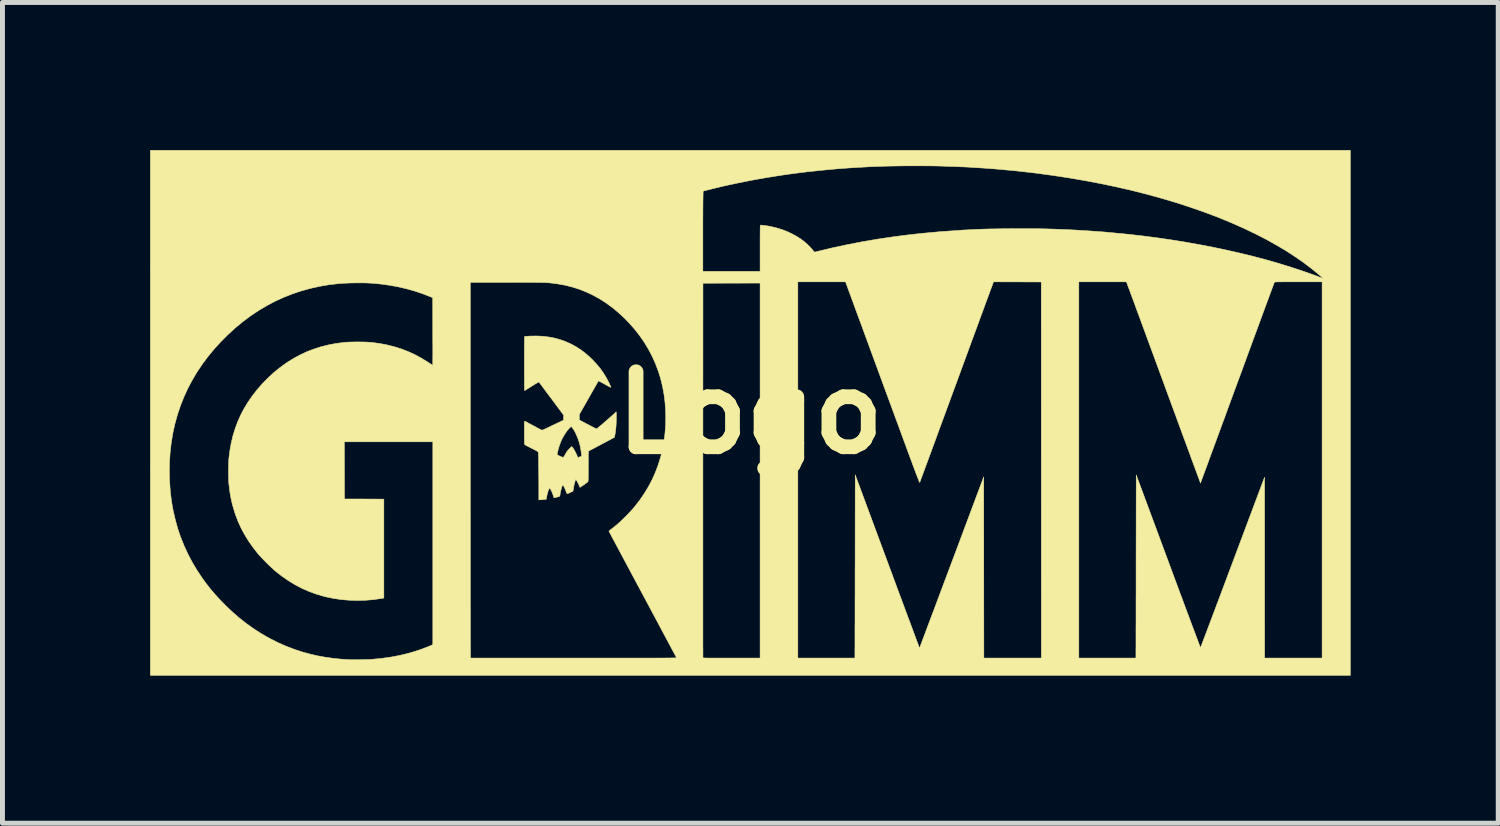
<source format=kicad_pcb>
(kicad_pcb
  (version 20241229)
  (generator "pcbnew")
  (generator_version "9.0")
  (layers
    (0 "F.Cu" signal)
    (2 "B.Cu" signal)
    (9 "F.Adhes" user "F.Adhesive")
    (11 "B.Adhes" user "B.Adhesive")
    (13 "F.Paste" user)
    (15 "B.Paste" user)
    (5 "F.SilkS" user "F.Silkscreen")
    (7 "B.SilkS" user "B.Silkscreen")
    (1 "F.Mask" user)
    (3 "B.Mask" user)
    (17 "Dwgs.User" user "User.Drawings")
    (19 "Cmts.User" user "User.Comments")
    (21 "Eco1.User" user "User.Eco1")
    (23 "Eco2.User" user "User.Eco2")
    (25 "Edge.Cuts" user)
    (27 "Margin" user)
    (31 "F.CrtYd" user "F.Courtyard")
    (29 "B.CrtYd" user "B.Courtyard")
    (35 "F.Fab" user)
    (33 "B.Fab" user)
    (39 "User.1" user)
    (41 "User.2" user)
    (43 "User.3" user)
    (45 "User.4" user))
  (footprint "Logo"
    (layer "F.Cu")
    (at 12.197 5.339)
    (property "Reference" "Logo" (at 0 0 0) (layer "F.SilkS") (effects (font (size 1.524 1.524) (thickness 0.3))))
    (attr through_hole)
    (fp_poly (pts (xy -4.227 -1.557) (xy -4.107 -1.543) (xy -3.99 -1.522) (xy -3.878 -1.492) (xy -3.772 -1.456) (xy -3.757 -1.449) (xy -3.645 -1.399) (xy -3.538 -1.341) (xy -3.436 -1.274) (xy -3.338 -1.199) (xy -3.243 -1.114) (xy -3.21 -1.082) (xy -3.127 -0.993) (xy -3.052 -0.903) (xy -2.986 -0.811) (xy -2.927 -0.715) (xy -2.874 -0.613) (xy -2.866 -0.596) (xy -2.853 -0.567) (xy -2.843 -0.546) (xy -2.838 -0.532) (xy -2.835 -0.523) (xy -2.836 -0.519) (xy -2.838 -0.518) (xy -2.844 -0.521) (xy -2.859 -0.528) (xy -2.881 -0.54) (xy -2.91 -0.555) (xy -2.947 -0.575) (xy -2.989 -0.599) (xy -3.006 -0.608) (xy -3.032 -0.622) (xy -3.054 -0.634) (xy -3.071 -0.643) (xy -3.083 -0.648) (xy -3.086 -0.649) (xy -3.089 -0.644) (xy -3.097 -0.632) (xy -3.108 -0.611) (xy -3.124 -0.584) (xy -3.143 -0.551) (xy -3.165 -0.512) (xy -3.19 -0.469) (xy -3.217 -0.421) (xy -3.246 -0.37) (xy -3.276 -0.317) (xy -3.282 -0.307) (xy -3.475 0.033) (xy -3.475 0.089) (xy -3.475 0.145) (xy -3.305 0.235) (xy -3.266 0.255) (xy -3.23 0.274) (xy -3.198 0.291) (xy -3.17 0.304) (xy -3.148 0.315) (xy -3.133 0.322) (xy -3.125 0.325) (xy -3.125 0.325) (xy -3.119 0.322) (xy -3.107 0.313) (xy -3.09 0.298) (xy -3.067 0.279) (xy -3.04 0.257) (xy -3.01 0.232) (xy -2.978 0.204) (xy -2.945 0.175) (xy -2.911 0.146) (xy -2.878 0.117) (xy -2.846 0.089) (xy -2.817 0.063) (xy -2.79 0.039) (xy -2.768 0.019) (xy -2.75 0.002) (xy -2.738 -0.009) (xy -2.733 -0.015) (xy -2.733 -0.016) (xy -2.729 -0.02) (xy -2.727 -0.02) (xy -2.726 -0.017) (xy -2.724 -0.007) (xy -2.724 0.01) (xy -2.723 0.035) (xy -2.723 0.068) (xy -2.724 0.111) (xy -2.724 0.128) (xy -2.725 0.183) (xy -2.727 0.231) (xy -2.729 0.273) (xy -2.733 0.311) (xy -2.737 0.349) (xy -2.742 0.389) (xy -2.749 0.432) (xy -2.752 0.449) (xy -2.761 0.498) (xy -3.018 0.634) (xy -3.065 0.659) (xy -3.11 0.683) (xy -3.151 0.705) (xy -3.189 0.725) (xy -3.221 0.742) (xy -3.248 0.756) (xy -3.267 0.766) (xy -3.28 0.773) (xy -3.283 0.775) (xy -3.285 0.777) (xy -3.287 0.779) (xy -3.288 0.784) (xy -3.289 0.792) (xy -3.29 0.803) (xy -3.291 0.819) (xy -3.291 0.84) (xy -3.292 0.866) (xy -3.292 0.9) (xy -3.292 0.94) (xy -3.292 0.989) (xy -3.292 1.047) (xy -3.292 1.086) (xy -3.293 1.151) (xy -3.293 1.206) (xy -3.293 1.252) (xy -3.293 1.29) (xy -3.294 1.321) (xy -3.294 1.346) (xy -3.295 1.365) (xy -3.296 1.379) (xy -3.297 1.389) (xy -3.298 1.395) (xy -3.3 1.399) (xy -3.3 1.399) (xy -3.313 1.411) (xy -3.332 1.426) (xy -3.356 1.443) (xy -3.383 1.463) (xy -3.412 1.482) (xy -3.414 1.483) (xy -3.462 1.515) (xy -3.469 1.498) (xy -3.486 1.46) (xy -3.502 1.426) (xy -3.516 1.398) (xy -3.529 1.377) (xy -3.539 1.362) (xy -3.545 1.356) (xy -3.546 1.356) (xy -3.55 1.361) (xy -3.556 1.374) (xy -3.562 1.394) (xy -3.57 1.418) (xy -3.577 1.446) (xy -3.583 1.475) (xy -3.589 1.504) (xy -3.593 1.524) (xy -3.604 1.593) (xy -3.655 1.616) (xy -3.682 1.629) (xy -3.701 1.637) (xy -3.715 1.641) (xy -3.724 1.64) (xy -3.73 1.634) (xy -3.736 1.622) (xy -3.743 1.604) (xy -3.746 1.594) (xy -3.761 1.556) (xy -3.775 1.524) (xy -3.788 1.499) (xy -3.799 1.481) (xy -3.808 1.471) (xy -3.815 1.47) (xy -3.82 1.478) (xy -3.826 1.493) (xy -3.833 1.515) (xy -3.841 1.542) (xy -3.849 1.572) (xy -3.856 1.603) (xy -3.862 1.634) (xy -3.867 1.663) (xy -3.868 1.672) (xy -3.871 1.687) (xy -3.876 1.695) (xy -3.884 1.7) (xy -3.888 1.701) (xy -3.9 1.705) (xy -3.916 1.709) (xy -3.936 1.714) (xy -3.955 1.719) (xy -3.973 1.723) (xy -3.985 1.725) (xy -3.99 1.726) (xy -3.99 1.726) (xy -3.992 1.721) (xy -3.996 1.708) (xy -4.001 1.69) (xy -4.005 1.679) (xy -4.014 1.655) (xy -4.024 1.628) (xy -4.035 1.602) (xy -4.047 1.578) (xy -4.058 1.556) (xy -4.068 1.54) (xy -4.075 1.531) (xy -4.078 1.529) (xy -4.084 1.534) (xy -4.092 1.547) (xy -4.1 1.566) (xy -4.109 1.591) (xy -4.118 1.618) (xy -4.126 1.648) (xy -4.133 1.677) (xy -4.138 1.704) (xy -4.138 1.704) (xy -4.147 1.756) (xy -4.203 1.762) (xy -4.228 1.764) (xy -4.252 1.766) (xy -4.27 1.768) (xy -4.279 1.768) (xy -4.298 1.768) (xy -4.298 1.647) (xy -4.298 1.576) (xy -4.298 1.503) (xy -4.298 1.431) (xy -4.299 1.358) (xy -4.299 1.287) (xy -4.3 1.219) (xy -4.301 1.152) (xy -4.302 1.089) (xy -4.303 1.031) (xy -4.303 0.977) (xy -4.304 0.929) (xy -4.305 0.887) (xy -4.306 0.855) (xy -3.924 0.855) (xy -3.871 0.879) (xy -3.849 0.889) (xy -3.829 0.897) (xy -3.814 0.902) (xy -3.807 0.904) (xy -3.801 0.902) (xy -3.793 0.895) (xy -3.784 0.882) (xy -3.771 0.861) (xy -3.769 0.857) (xy -3.756 0.835) (xy -3.743 0.813) (xy -3.732 0.795) (xy -3.727 0.787) (xy -3.717 0.774) (xy -3.703 0.757) (xy -3.687 0.739) (xy -3.67 0.722) (xy -3.654 0.706) (xy -3.641 0.694) (xy -3.632 0.687) (xy -3.629 0.686) (xy -3.622 0.69) (xy -3.611 0.703) (xy -3.598 0.722) (xy -3.583 0.747) (xy -3.566 0.776) (xy -3.55 0.808) (xy -3.534 0.841) (xy -3.519 0.875) (xy -3.504 0.909) (xy -3.484 0.902) (xy -3.466 0.894) (xy -3.448 0.887) (xy -3.446 0.886) (xy -3.428 0.877) (xy -3.431 0.841) (xy -3.436 0.805) (xy -3.442 0.762) (xy -3.45 0.717) (xy -3.458 0.674) (xy -3.467 0.636) (xy -3.468 0.632) (xy -3.478 0.597) (xy -3.492 0.556) (xy -3.508 0.512) (xy -3.527 0.467) (xy -3.545 0.425) (xy -3.562 0.391) (xy -3.575 0.367) (xy -3.589 0.344) (xy -3.604 0.321) (xy -3.618 0.302) (xy -3.629 0.288) (xy -3.637 0.281) (xy -3.64 0.28) (xy -3.648 0.284) (xy -3.66 0.294) (xy -3.677 0.311) (xy -3.696 0.331) (xy -3.716 0.355) (xy -3.716 0.355) (xy -3.739 0.386) (xy -3.763 0.423) (xy -3.788 0.463) (xy -3.812 0.504) (xy -3.831 0.542) (xy -3.836 0.551) (xy -3.849 0.582) (xy -3.863 0.618) (xy -3.877 0.656) (xy -3.89 0.696) (xy -3.901 0.734) (xy -3.911 0.77) (xy -3.918 0.801) (xy -3.923 0.825) (xy -3.923 0.834) (xy -3.924 0.855) (xy -4.306 0.855) (xy -4.306 0.853) (xy -4.307 0.826) (xy -4.308 0.807) (xy -4.309 0.798) (xy -4.31 0.798) (xy -4.314 0.793) (xy -4.323 0.786) (xy -4.338 0.776) (xy -4.36 0.764) (xy -4.389 0.748) (xy -4.426 0.729) (xy -4.448 0.718) (xy -4.482 0.701) (xy -4.513 0.685) (xy -4.54 0.671) (xy -4.562 0.659) (xy -4.577 0.651) (xy -4.585 0.646) (xy -4.586 0.646) (xy -4.588 0.642) (xy -4.589 0.633) (xy -4.59 0.62) (xy -4.591 0.599) (xy -4.591 0.573) (xy -4.592 0.538) (xy -4.592 0.495) (xy -4.592 0.444) (xy -4.592 0.404) (xy -4.592 0.347) (xy -4.592 0.301) (xy -4.592 0.262) (xy -4.592 0.232) (xy -4.591 0.208) (xy -4.59 0.191) (xy -4.588 0.179) (xy -4.586 0.172) (xy -4.583 0.169) (xy -4.58 0.169) (xy -4.575 0.171) (xy -4.57 0.174) (xy -4.568 0.176) (xy -4.561 0.18) (xy -4.546 0.188) (xy -4.524 0.2) (xy -4.497 0.215) (xy -4.465 0.232) (xy -4.429 0.251) (xy -4.396 0.269) (xy -4.353 0.292) (xy -4.319 0.31) (xy -4.291 0.325) (xy -4.27 0.335) (xy -4.253 0.343) (xy -4.242 0.348) (xy -4.233 0.35) (xy -4.227 0.351) (xy -4.223 0.35) (xy -4.222 0.35) (xy -4.215 0.347) (xy -4.2 0.34) (xy -4.177 0.329) (xy -4.148 0.316) (xy -4.114 0.3) (xy -4.076 0.282) (xy -4.035 0.262) (xy -4.003 0.247) (xy -3.797 0.149) (xy -3.796 0.098) (xy -3.794 0.046) (xy -4.039 -0.283) (xy -4.077 -0.334) (xy -4.114 -0.383) (xy -4.148 -0.429) (xy -4.18 -0.472) (xy -4.209 -0.511) (xy -4.234 -0.545) (xy -4.255 -0.573) (xy -4.272 -0.595) (xy -4.284 -0.611) (xy -4.291 -0.62) (xy -4.292 -0.621) (xy -4.295 -0.623) (xy -4.299 -0.624) (xy -4.305 -0.623) (xy -4.313 -0.62) (xy -4.326 -0.613) (xy -4.344 -0.602) (xy -4.368 -0.588) (xy -4.398 -0.569) (xy -4.417 -0.557) (xy -4.45 -0.537) (xy -4.48 -0.518) (xy -4.508 -0.5) (xy -4.532 -0.485) (xy -4.549 -0.474) (xy -4.559 -0.468) (xy -4.573 -0.46) (xy -4.584 -0.454) (xy -4.588 -0.452) (xy -4.589 -0.457) (xy -4.589 -0.471) (xy -4.59 -0.494) (xy -4.59 -0.525) (xy -4.591 -0.563) (xy -4.591 -0.606) (xy -4.591 -0.655) (xy -4.592 -0.709) (xy -4.592 -0.767) (xy -4.592 -0.827) (xy -4.592 -0.89) (xy -4.592 -0.954) (xy -4.592 -1.019) (xy -4.592 -1.083) (xy -4.592 -1.147) (xy -4.592 -1.208) (xy -4.592 -1.267) (xy -4.592 -1.323) (xy -4.591 -1.374) (xy -4.591 -1.421) (xy -4.591 -1.461) (xy -4.59 -1.495) (xy -4.59 -1.522) (xy -4.589 -1.541) (xy -4.588 -1.55) (xy -4.588 -1.551) (xy -4.582 -1.552) (xy -4.567 -1.554) (xy -4.546 -1.555) (xy -4.518 -1.557) (xy -4.487 -1.559) (xy -4.476 -1.56) (xy -4.351 -1.562) (xy -4.227 -1.557)) (stroke (width 0.01) (type solid)) (fill yes) (layer "F.SilkS"))
    (fp_poly (pts (xy 12.192 5.334) (xy -12.192 5.334) (xy -12.192 1.184) (xy -11.806 1.184) (xy -11.801 1.387) (xy -11.787 1.587) (xy -11.764 1.783) (xy -11.731 1.974) (xy -11.688 2.162) (xy -11.637 2.347) (xy -11.576 2.527) (xy -11.505 2.703) (xy -11.425 2.876) (xy -11.336 3.044) (xy -11.237 3.209) (xy -11.129 3.37) (xy -11.063 3.461) (xy -10.973 3.576) (xy -10.874 3.692) (xy -10.769 3.807) (xy -10.659 3.919) (xy -10.545 4.027) (xy -10.43 4.129) (xy -10.394 4.16) (xy -10.244 4.279) (xy -10.089 4.389) (xy -9.929 4.492) (xy -9.764 4.585) (xy -9.596 4.67) (xy -9.425 4.745) (xy -9.25 4.811) (xy -9.087 4.864) (xy -8.941 4.903) (xy -8.794 4.937) (xy -8.645 4.964) (xy -8.492 4.986) (xy -8.333 5.003) (xy -8.167 5.014) (xy -8.12 5.016) (xy -8.092 5.017) (xy -8.056 5.017) (xy -8.013 5.017) (xy -7.966 5.016) (xy -7.916 5.016) (xy -7.864 5.014) (xy -7.814 5.013) (xy -7.767 5.011) (xy -7.724 5.01) (xy -7.687 5.008) (xy -7.669 5.006) (xy -7.484 4.988) (xy -7.305 4.963) (xy -7.131 4.93) (xy -6.96 4.889) (xy -6.838 4.854) (xy -6.785 4.837) (xy -6.73 4.819) (xy -6.675 4.8) (xy -6.622 4.78) (xy -6.572 4.761) (xy -6.528 4.743) (xy -6.491 4.727) (xy -6.483 4.724) (xy -6.452 4.709) (xy -6.452 1.15) (xy -5.69 1.15) (xy -5.69 1.346) (xy -5.69 1.54) (xy -5.69 1.731) (xy -5.69 1.919) (xy -5.689 2.104) (xy -5.689 2.286) (xy -5.689 2.463) (xy -5.689 2.637) (xy -5.689 2.807) (xy -5.689 2.972) (xy -5.689 3.132) (xy -5.689 3.288) (xy -5.689 3.438) (xy -5.689 3.582) (xy -5.689 3.721) (xy -5.689 3.855) (xy -5.689 3.981) (xy -5.688 4.102) (xy -5.688 4.215) (xy -5.688 4.322) (xy -5.688 4.421) (xy -5.688 4.513) (xy -5.688 4.598) (xy -5.688 4.674) (xy -5.687 4.742) (xy -5.687 4.802) (xy -5.687 4.853) (xy -5.687 4.894) (xy -5.687 4.927) (xy -5.687 4.95) (xy -5.687 4.964) (xy -5.686 4.968) (xy -5.683 4.983) (xy -3.59 4.983) (xy -3.416 4.983) (xy -3.251 4.983) (xy -3.096 4.983) (xy -2.951 4.983) (xy -2.814 4.983) (xy -2.686 4.983) (xy -2.566 4.983) (xy -2.455 4.983) (xy -2.352 4.983) (xy -2.256 4.983) (xy -2.168 4.983) (xy -2.086 4.983) (xy -2.011 4.983) (xy -1.943 4.983) (xy -1.881 4.982) (xy -1.825 4.982) (xy -1.775 4.982) (xy -1.73 4.982) (xy -1.69 4.981) (xy -1.654 4.981) (xy -1.624 4.981) (xy -1.597 4.98) (xy -1.574 4.98) (xy -1.555 4.98) (xy -1.54 4.979) (xy -1.527 4.979) (xy -1.517 4.978) (xy -1.51 4.978) (xy -1.505 4.977) (xy -1.502 4.977) (xy -1.501 4.976) (xy -1.501 4.976) (xy -1.503 4.97) (xy -1.51 4.957) (xy -1.522 4.935) (xy -1.538 4.905) (xy -1.558 4.868) (xy -1.582 4.823) (xy -1.609 4.772) (xy -1.64 4.714) (xy -1.674 4.65) (xy -1.711 4.581) (xy -1.751 4.506) (xy -1.794 4.426) (xy -1.839 4.341) (xy -1.887 4.252) (xy -1.936 4.159) (xy -1.988 4.063) (xy -2.041 3.963) (xy -2.096 3.86) (xy -2.152 3.755) (xy -2.187 3.69) (xy -2.244 3.584) (xy -2.3 3.48) (xy -2.354 3.378) (xy -2.407 3.28) (xy -2.457 3.185) (xy -2.506 3.094) (xy -2.553 3.006) (xy -2.562 2.989) (xy -0.964 2.989) (xy -0.964 3.149) (xy -0.964 3.304) (xy -0.964 3.454) (xy -0.964 3.598) (xy -0.964 3.737) (xy -0.964 3.87) (xy -0.964 3.996) (xy -0.964 4.116) (xy -0.964 4.23) (xy -0.964 4.336) (xy -0.964 4.435) (xy -0.964 4.527) (xy -0.964 4.611) (xy -0.964 4.686) (xy -0.964 4.754) (xy -0.963 4.813) (xy -0.963 4.864) (xy -0.963 4.905) (xy -0.963 4.938) (xy -0.963 4.961) (xy -0.963 4.974) (xy -0.963 4.977) (xy -0.961 4.978) (xy -0.954 4.979) (xy -0.943 4.98) (xy -0.928 4.981) (xy -0.906 4.981) (xy -0.879 4.982) (xy -0.846 4.982) (xy -0.805 4.983) (xy -0.757 4.983) (xy -0.702 4.983) (xy -0.638 4.983) (xy -0.566 4.983) (xy -0.484 4.983) (xy -0.393 4.983) (xy -0.381 4.983) (xy 0.198 4.983) (xy 0.198 -2.637) (xy -0.963 -2.634) (xy -0.964 1.168) (xy -0.964 1.365) (xy -0.964 1.558) (xy -0.964 1.749) (xy -0.964 1.937) (xy -0.964 2.122) (xy -0.964 2.304) (xy -0.964 2.481) (xy -0.964 2.655) (xy -0.964 2.824) (xy -0.964 2.989) (xy -2.562 2.989) (xy -2.597 2.924) (xy -2.639 2.846) (xy -2.678 2.773) (xy -2.714 2.705) (xy -2.746 2.644) (xy -2.776 2.589) (xy -2.802 2.54) (xy -2.824 2.499) (xy -2.842 2.464) (xy -2.856 2.438) (xy -2.866 2.419) (xy -2.872 2.409) (xy -2.873 2.407) (xy -2.87 2.401) (xy -2.86 2.391) (xy -2.846 2.379) (xy -2.843 2.377) (xy -2.782 2.33) (xy -2.716 2.276) (xy -2.648 2.216) (xy -2.58 2.152) (xy -2.512 2.084) (xy -2.447 2.016) (xy -2.386 1.948) (xy -2.358 1.915) (xy -2.254 1.783) (xy -2.16 1.646) (xy -2.074 1.505) (xy -1.997 1.36) (xy -1.93 1.21) (xy -1.872 1.056) (xy -1.823 0.898) (xy -1.783 0.736) (xy -1.753 0.57) (xy -1.753 0.569) (xy -1.735 0.419) (xy -1.723 0.265) (xy -1.719 0.108) (xy -1.723 -0.049) (xy -1.733 -0.203) (xy -1.751 -0.353) (xy -1.753 -0.366) (xy -1.783 -0.531) (xy -1.822 -0.692) (xy -1.871 -0.849) (xy -1.929 -1.002) (xy -1.996 -1.151) (xy -2.072 -1.295) (xy -2.157 -1.436) (xy -2.252 -1.572) (xy -2.356 -1.705) (xy -2.47 -1.833) (xy -2.547 -1.913) (xy -2.668 -2.026) (xy -2.792 -2.13) (xy -2.919 -2.224) (xy -3.05 -2.309) (xy -3.186 -2.385) (xy -3.324 -2.451) (xy -3.467 -2.508) (xy -3.613 -2.555) (xy -3.764 -2.593) (xy -3.918 -2.621) (xy -4.076 -2.641) (xy -4.153 -2.646) (xy -4.168 -2.647) (xy -4.194 -2.648) (xy -4.228 -2.648) (xy -4.27 -2.649) (xy -4.321 -2.649) (xy -4.379 -2.65) (xy -4.443 -2.65) (xy -4.514 -2.651) (xy -4.59 -2.651) (xy -4.671 -2.651) (xy -4.756 -2.651) (xy -4.846 -2.652) (xy -4.938 -2.652) (xy -4.962 -2.652) (xy -5.69 -2.652) (xy -5.69 1.15) (xy -6.452 1.15) (xy -6.452 0.589) (xy -8.25 0.589) (xy -8.247 1.75) (xy -7.847 1.751) (xy -7.447 1.753) (xy -7.447 3.763) (xy -7.51 3.774) (xy -7.666 3.796) (xy -7.826 3.809) (xy -7.987 3.813) (xy -8.147 3.808) (xy -8.307 3.795) (xy -8.465 3.772) (xy -8.619 3.74) (xy -8.676 3.726) (xy -8.824 3.682) (xy -8.968 3.629) (xy -9.108 3.568) (xy -9.244 3.497) (xy -9.378 3.416) (xy -9.508 3.327) (xy -9.637 3.227) (xy -9.662 3.206) (xy -9.693 3.178) (xy -9.729 3.145) (xy -9.769 3.108) (xy -9.81 3.068) (xy -9.852 3.026) (xy -9.893 2.984) (xy -9.931 2.944) (xy -9.966 2.907) (xy -9.994 2.875) (xy -10.005 2.863) (xy -10.106 2.734) (xy -10.197 2.604) (xy -10.278 2.472) (xy -10.35 2.337) (xy -10.413 2.199) (xy -10.466 2.058) (xy -10.511 1.912) (xy -10.528 1.848) (xy -10.544 1.781) (xy -10.557 1.716) (xy -10.569 1.652) (xy -10.579 1.587) (xy -10.588 1.516) (xy -10.597 1.438) (xy -10.598 1.43) (xy -10.6 1.404) (xy -10.601 1.369) (xy -10.603 1.328) (xy -10.603 1.281) (xy -10.604 1.231) (xy -10.604 1.18) (xy -10.604 1.129) (xy -10.603 1.08) (xy -10.602 1.034) (xy -10.601 0.994) (xy -10.599 0.96) (xy -10.598 0.942) (xy -10.578 0.778) (xy -10.55 0.619) (xy -10.514 0.466) (xy -10.468 0.318) (xy -10.415 0.175) (xy -10.353 0.037) (xy -10.295 -0.074) (xy -10.214 -0.209) (xy -10.124 -0.34) (xy -10.025 -0.467) (xy -9.919 -0.589) (xy -9.806 -0.705) (xy -9.687 -0.815) (xy -9.562 -0.917) (xy -9.433 -1.011) (xy -9.406 -1.029) (xy -9.276 -1.109) (xy -9.145 -1.18) (xy -9.01 -1.243) (xy -8.871 -1.296) (xy -8.728 -1.342) (xy -8.58 -1.379) (xy -8.426 -1.409) (xy -8.266 -1.43) (xy -8.26 -1.431) (xy -8.223 -1.434) (xy -8.177 -1.437) (xy -8.125 -1.439) (xy -8.068 -1.44) (xy -8.009 -1.441) (xy -7.948 -1.441) (xy -7.889 -1.44) (xy -7.832 -1.439) (xy -7.78 -1.437) (xy -7.734 -1.434) (xy -7.696 -1.431) (xy -7.696 -1.431) (xy -7.537 -1.41) (xy -7.384 -1.381) (xy -7.236 -1.344) (xy -7.094 -1.3) (xy -6.957 -1.247) (xy -6.823 -1.186) (xy -6.692 -1.116) (xy -6.563 -1.037) (xy -6.542 -1.023) (xy -6.516 -1.006) (xy -6.493 -0.991) (xy -6.474 -0.978) (xy -6.46 -0.969) (xy -6.454 -0.965) (xy -6.453 -0.965) (xy -6.453 -0.97) (xy -6.453 -0.985) (xy -6.453 -1.008) (xy -6.453 -1.04) (xy -6.453 -1.08) (xy -6.452 -1.127) (xy -6.452 -1.181) (xy -6.452 -1.24) (xy -6.452 -1.306) (xy -6.452 -1.376) (xy -6.453 -1.45) (xy -6.453 -1.528) (xy -6.453 -1.61) (xy -6.453 -1.652) (xy -6.454 -2.339) (xy -6.507 -2.361) (xy -6.664 -2.422) (xy -6.823 -2.475) (xy -6.987 -2.521) (xy -7.155 -2.56) (xy -7.329 -2.592) (xy -7.509 -2.617) (xy -7.656 -2.632) (xy -7.707 -2.635) (xy -7.766 -2.638) (xy -7.832 -2.64) (xy -7.903 -2.641) (xy -7.976 -2.641) (xy -8.051 -2.64) (xy -8.125 -2.639) (xy -8.197 -2.636) (xy -8.264 -2.633) (xy -8.325 -2.629) (xy -8.364 -2.626) (xy -8.561 -2.603) (xy -8.753 -2.57) (xy -8.942 -2.528) (xy -9.126 -2.477) (xy -9.306 -2.417) (xy -9.483 -2.347) (xy -9.656 -2.268) (xy -9.824 -2.179) (xy -9.989 -2.081) (xy -10.15 -1.974) (xy -10.307 -1.857) (xy -10.46 -1.731) (xy -10.609 -1.595) (xy -10.616 -1.589) (xy -10.761 -1.444) (xy -10.896 -1.295) (xy -11.022 -1.143) (xy -11.138 -0.986) (xy -11.246 -0.825) (xy -11.343 -0.661) (xy -11.432 -0.492) (xy -11.511 -0.32) (xy -11.581 -0.143) (xy -11.641 0.037) (xy -11.692 0.221) (xy -11.734 0.409) (xy -11.766 0.601) (xy -11.789 0.797) (xy -11.802 0.997) (xy -11.806 1.184) (xy -12.192 1.184) (xy -12.192 -2.662) (xy 0.965 -2.662) (xy 0.965 4.983) (xy 1.544 4.983) (xy 1.62 4.983) (xy 1.693 4.983) (xy 1.763 4.983) (xy 1.828 4.983) (xy 1.888 4.983) (xy 1.943 4.983) (xy 1.992 4.983) (xy 2.035 4.983) (xy 2.07 4.983) (xy 2.096 4.983) (xy 2.115 4.982) (xy 2.124 4.982) (xy 2.125 4.982) (xy 2.125 4.977) (xy 2.125 4.962) (xy 2.125 4.938) (xy 2.125 4.904) (xy 2.125 4.862) (xy 2.125 4.812) (xy 2.126 4.753) (xy 2.126 4.687) (xy 2.126 4.613) (xy 2.126 4.533) (xy 2.126 4.445) (xy 2.126 4.352) (xy 2.127 4.253) (xy 2.127 4.148) (xy 2.127 4.038) (xy 2.127 3.923) (xy 2.127 3.804) (xy 2.128 3.68) (xy 2.128 3.553) (xy 2.128 3.423) (xy 2.128 3.289) (xy 2.128 3.153) (xy 2.129 3.121) (xy 2.131 1.26) (xy 2.778 3.006) (xy 2.826 3.135) (xy 2.873 3.261) (xy 2.918 3.384) (xy 2.963 3.505) (xy 3.006 3.622) (xy 3.049 3.735) (xy 3.089 3.844) (xy 3.128 3.949) (xy 3.165 4.049) (xy 3.2 4.144) (xy 3.234 4.233) (xy 3.265 4.317) (xy 3.294 4.395) (xy 3.32 4.466) (xy 3.344 4.53) (xy 3.365 4.588) (xy 3.384 4.638) (xy 3.4 4.68) (xy 3.413 4.714) (xy 3.422 4.74) (xy 3.428 4.756) (xy 3.431 4.764) (xy 3.432 4.765) (xy 3.436 4.773) (xy 3.44 4.773) (xy 3.443 4.767) (xy 3.445 4.762) (xy 3.45 4.747) (xy 3.459 4.724) (xy 3.471 4.692) (xy 3.486 4.652) (xy 3.504 4.604) (xy 3.525 4.548) (xy 3.549 4.486) (xy 3.575 4.416) (xy 3.603 4.34) (xy 3.634 4.258) (xy 3.667 4.17) (xy 3.702 4.077) (xy 3.739 3.979) (xy 3.778 3.875) (xy 3.818 3.768) (xy 3.86 3.656) (xy 3.903 3.54) (xy 3.948 3.421) (xy 3.994 3.299) (xy 4.041 3.174) (xy 4.089 3.046) (xy 4.095 3.03) (xy 4.742 1.302) (xy 4.743 3.143) (xy 4.745 4.983) (xy 5.913 4.983) (xy 5.911 -2.659) (xy 5.426 -2.661) (xy 4.962 -2.662) (xy 6.675 -2.662) (xy 6.675 4.983) (xy 7.254 4.983) (xy 7.33 4.983) (xy 7.403 4.983) (xy 7.472 4.983) (xy 7.538 4.983) (xy 7.598 4.983) (xy 7.653 4.983) (xy 7.702 4.983) (xy 7.744 4.983) (xy 7.779 4.983) (xy 7.806 4.983) (xy 7.825 4.982) (xy 7.834 4.982) (xy 7.835 4.982) (xy 7.835 4.977) (xy 7.835 4.962) (xy 7.835 4.938) (xy 7.835 4.904) (xy 7.835 4.862) (xy 7.835 4.812) (xy 7.836 4.753) (xy 7.836 4.687) (xy 7.836 4.613) (xy 7.836 4.533) (xy 7.836 4.445) (xy 7.836 4.352) (xy 7.837 4.253) (xy 7.837 4.148) (xy 7.837 4.038) (xy 7.837 3.923) (xy 7.837 3.804) (xy 7.838 3.68) (xy 7.838 3.553) (xy 7.838 3.423) (xy 7.838 3.289) (xy 7.838 3.153) (xy 7.838 3.121) (xy 7.841 1.262) (xy 8.492 3.017) (xy 8.54 3.146) (xy 8.586 3.272) (xy 8.632 3.396) (xy 8.677 3.516) (xy 8.72 3.633) (xy 8.763 3.746) (xy 8.803 3.855) (xy 8.842 3.96) (xy 8.879 4.06) (xy 8.915 4.154) (xy 8.948 4.244) (xy 8.979 4.327) (xy 9.008 4.405) (xy 9.035 4.475) (xy 9.059 4.54) (xy 9.08 4.597) (xy 9.099 4.646) (xy 9.114 4.688) (xy 9.127 4.722) (xy 9.137 4.747) (xy 9.143 4.764) (xy 9.147 4.771) (xy 9.147 4.772) (xy 9.149 4.767) (xy 9.154 4.753) (xy 9.163 4.73) (xy 9.175 4.699) (xy 9.19 4.659) (xy 9.208 4.612) (xy 9.229 4.557) (xy 9.253 4.495) (xy 9.279 4.426) (xy 9.307 4.351) (xy 9.338 4.269) (xy 9.371 4.182) (xy 9.406 4.089) (xy 9.443 3.991) (xy 9.481 3.888) (xy 9.522 3.781) (xy 9.564 3.669) (xy 9.607 3.554) (xy 9.652 3.435) (xy 9.697 3.313) (xy 9.744 3.188) (xy 9.792 3.061) (xy 9.8 3.039) (xy 10.449 1.308) (xy 10.45 4.983) (xy 11.618 4.983) (xy 11.618 -2.662) (xy 11.136 -2.662) (xy 11.055 -2.662) (xy 10.983 -2.662) (xy 10.921 -2.662) (xy 10.867 -2.662) (xy 10.821 -2.662) (xy 10.782 -2.661) (xy 10.749 -2.661) (xy 10.723 -2.661) (xy 10.701 -2.66) (xy 10.684 -2.66) (xy 10.672 -2.659) (xy 10.663 -2.658) (xy 10.656 -2.657) (xy 10.652 -2.656) (xy 10.65 -2.654) (xy 10.648 -2.653) (xy 10.648 -2.652) (xy 10.646 -2.647) (xy 10.64 -2.632) (xy 10.632 -2.609) (xy 10.62 -2.576) (xy 10.605 -2.536) (xy 10.587 -2.488) (xy 10.566 -2.432) (xy 10.543 -2.368) (xy 10.517 -2.298) (xy 10.488 -2.22) (xy 10.457 -2.137) (xy 10.424 -2.047) (xy 10.389 -1.951) (xy 10.352 -1.85) (xy 10.313 -1.744) (xy 10.272 -1.633) (xy 10.229 -1.517) (xy 10.185 -1.397) (xy 10.14 -1.274) (xy 10.093 -1.146) (xy 10.045 -1.015) (xy 9.996 -0.881) (xy 9.946 -0.745) (xy 9.895 -0.609) (xy 9.844 -0.47) (xy 9.794 -0.334) (xy 9.745 -0.2) (xy 9.697 -0.07) (xy 9.651 0.058) (xy 9.605 0.181) (xy 9.561 0.301) (xy 9.519 0.416) (xy 9.478 0.527) (xy 9.439 0.633) (xy 9.402 0.733) (xy 9.367 0.828) (xy 9.334 0.917) (xy 9.304 1.001) (xy 9.276 1.077) (xy 9.25 1.147) (xy 9.227 1.21) (xy 9.206 1.266) (xy 9.189 1.313) (xy 9.174 1.353) (xy 9.162 1.385) (xy 9.154 1.407) (xy 9.149 1.421) (xy 9.147 1.426) (xy 9.145 1.422) (xy 9.14 1.408) (xy 9.131 1.385) (xy 9.12 1.354) (xy 9.105 1.314) (xy 9.088 1.266) (xy 9.067 1.211) (xy 9.044 1.148) (xy 9.018 1.078) (xy 8.99 1.002) (xy 8.959 0.919) (xy 8.927 0.83) (xy 8.892 0.735) (xy 8.855 0.634) (xy 8.816 0.529) (xy 8.775 0.418) (xy 8.733 0.303) (xy 8.689 0.184) (xy 8.644 0.06) (xy 8.597 -0.067) (xy 8.549 -0.197) (xy 8.5 -0.33) (xy 8.45 -0.466) (xy 8.403 -0.596) (xy 8.352 -0.734) (xy 8.302 -0.87) (xy 8.253 -1.004) (xy 8.205 -1.135) (xy 8.158 -1.262) (xy 8.112 -1.386) (xy 8.068 -1.506) (xy 8.026 -1.621) (xy 7.985 -1.732) (xy 7.946 -1.839) (xy 7.909 -1.94) (xy 7.873 -2.035) (xy 7.84 -2.125) (xy 7.81 -2.209) (xy 7.781 -2.286) (xy 7.755 -2.357) (xy 7.732 -2.42) (xy 7.711 -2.476) (xy 7.693 -2.525) (xy 7.678 -2.565) (xy 7.666 -2.597) (xy 7.658 -2.621) (xy 7.652 -2.635) (xy 7.65 -2.64) (xy 7.641 -2.662) (xy 7.158 -2.662) (xy 6.675 -2.662) (xy 4.962 -2.662) (xy 4.942 -2.662) (xy 4.935 -2.645) (xy 4.933 -2.639) (xy 4.927 -2.624) (xy 4.919 -2.6) (xy 4.907 -2.567) (xy 4.891 -2.527) (xy 4.873 -2.478) (xy 4.853 -2.421) (xy 4.829 -2.357) (xy 4.803 -2.286) (xy 4.774 -2.209) (xy 4.744 -2.125) (xy 4.71 -2.035) (xy 4.675 -1.939) (xy 4.638 -1.838) (xy 4.599 -1.731) (xy 4.558 -1.62) (xy 4.515 -1.504) (xy 4.471 -1.384) (xy 4.426 -1.261) (xy 4.379 -1.133) (xy 4.331 -1.003) (xy 4.282 -0.869) (xy 4.232 -0.733) (xy 4.189 -0.615) (xy 4.138 -0.477) (xy 4.088 -0.341) (xy 4.039 -0.208) (xy 3.991 -0.078) (xy 3.945 0.049) (xy 3.899 0.172) (xy 3.855 0.292) (xy 3.813 0.407) (xy 3.773 0.517) (xy 3.734 0.623) (xy 3.697 0.723) (xy 3.662 0.818) (xy 3.629 0.907) (xy 3.599 0.99) (xy 3.57 1.066) (xy 3.545 1.136) (xy 3.522 1.199) (xy 3.501 1.254) (xy 3.484 1.302) (xy 3.469 1.341) (xy 3.458 1.373) (xy 3.449 1.395) (xy 3.444 1.409) (xy 3.443 1.413) (xy 3.442 1.414) (xy 3.441 1.414) (xy 3.44 1.412) (xy 3.438 1.409) (xy 3.435 1.404) (xy 3.432 1.397) (xy 3.428 1.388) (xy 3.423 1.376) (xy 3.417 1.361) (xy 3.41 1.343) (xy 3.402 1.322) (xy 3.392 1.297) (xy 3.381 1.268) (xy 3.368 1.235) (xy 3.354 1.198) (xy 3.338 1.155) (xy 3.321 1.108) (xy 3.301 1.056) (xy 3.28 0.998) (xy 3.256 0.934) (xy 3.23 0.864) (xy 3.202 0.788) (xy 3.172 0.705) (xy 3.139 0.616) (xy 3.103 0.519) (xy 3.065 0.415) (xy 3.024 0.304) (xy 2.98 0.184) (xy 2.933 0.057) (xy 2.883 -0.079) (xy 2.83 -0.224) (xy 2.773 -0.378) (xy 2.713 -0.54) (xy 2.695 -0.59) (xy 2.644 -0.729) (xy 2.594 -0.865) (xy 2.545 -0.998) (xy 2.497 -1.129) (xy 2.45 -1.256) (xy 2.405 -1.38) (xy 2.361 -1.5) (xy 2.318 -1.616) (xy 2.278 -1.727) (xy 2.239 -1.833) (xy 2.201 -1.934) (xy 2.166 -2.03) (xy 2.133 -2.119) (xy 2.103 -2.203) (xy 2.074 -2.281) (xy 2.048 -2.351) (xy 2.025 -2.415) (xy 2.004 -2.471) (xy 1.986 -2.519) (xy 1.972 -2.56) (xy 1.96 -2.592) (xy 1.951 -2.615) (xy 1.946 -2.63) (xy 1.944 -2.635) (xy 1.934 -2.662) (xy 0.965 -2.662) (xy -12.192 -2.662) (xy -12.192 -3.537) (xy -0.965 -3.537) (xy -0.965 -2.875) (xy 0.198 -2.875) (xy 0.198 -3.345) (xy 0.198 -3.425) (xy 0.198 -3.495) (xy 0.198 -3.556) (xy 0.198 -3.609) (xy 0.199 -3.655) (xy 0.199 -3.693) (xy 0.199 -3.724) (xy 0.199 -3.75) (xy 0.2 -3.77) (xy 0.201 -3.786) (xy 0.201 -3.797) (xy 0.202 -3.806) (xy 0.203 -3.811) (xy 0.205 -3.814) (xy 0.206 -3.815) (xy 0.207 -3.815) (xy 0.22 -3.814) (xy 0.242 -3.812) (xy 0.268 -3.809) (xy 0.298 -3.805) (xy 0.329 -3.801) (xy 0.359 -3.797) (xy 0.385 -3.792) (xy 0.401 -3.789) (xy 0.523 -3.761) (xy 0.639 -3.726) (xy 0.751 -3.683) (xy 0.842 -3.64) (xy 0.933 -3.591) (xy 1.016 -3.539) (xy 1.091 -3.483) (xy 1.162 -3.421) (xy 1.228 -3.354) (xy 1.285 -3.287) (xy 1.303 -3.266) (xy 1.367 -3.281) (xy 1.666 -3.353) (xy 1.971 -3.418) (xy 2.281 -3.478) (xy 2.592 -3.531) (xy 2.904 -3.577) (xy 3.091 -3.602) (xy 3.125 -3.606) (xy 3.162 -3.61) (xy 3.196 -3.615) (xy 3.226 -3.618) (xy 3.236 -3.619) (xy 3.267 -3.623) (xy 3.301 -3.627) (xy 3.333 -3.631) (xy 3.348 -3.632) (xy 3.371 -3.634) (xy 3.401 -3.638) (xy 3.435 -3.641) (xy 3.471 -3.645) (xy 3.5 -3.648) (xy 3.582 -3.656) (xy 3.668 -3.664) (xy 3.756 -3.672) (xy 3.843 -3.68) (xy 3.928 -3.686) (xy 4.008 -3.692) (xy 4.081 -3.697) (xy 4.097 -3.698) (xy 4.131 -3.7) (xy 4.167 -3.703) (xy 4.201 -3.705) (xy 4.229 -3.707) (xy 4.239 -3.708) (xy 4.268 -3.71) (xy 4.302 -3.713) (xy 4.337 -3.715) (xy 4.361 -3.716) (xy 4.39 -3.717) (xy 4.426 -3.719) (xy 4.464 -3.721) (xy 4.501 -3.723) (xy 4.516 -3.724) (xy 4.573 -3.727) (xy 4.638 -3.73) (xy 4.712 -3.732) (xy 4.793 -3.735) (xy 4.879 -3.737) (xy 4.971 -3.738) (xy 5.066 -3.74) (xy 5.165 -3.741) (xy 5.265 -3.742) (xy 5.366 -3.743) (xy 5.466 -3.743) (xy 5.566 -3.743) (xy 5.663 -3.743) (xy 5.756 -3.742) (xy 5.845 -3.741) (xy 5.928 -3.74) (xy 6.005 -3.738) (xy 6.074 -3.736) (xy 6.076 -3.736) (xy 6.18 -3.733) (xy 6.274 -3.729) (xy 6.358 -3.726) (xy 6.432 -3.723) (xy 6.497 -3.72) (xy 6.553 -3.717) (xy 6.6 -3.715) (xy 6.619 -3.714) (xy 6.65 -3.712) (xy 6.688 -3.709) (xy 6.728 -3.707) (xy 6.767 -3.704) (xy 6.787 -3.703) (xy 6.826 -3.701) (xy 6.871 -3.698) (xy 6.917 -3.695) (xy 6.959 -3.692) (xy 6.975 -3.69) (xy 7.013 -3.688) (xy 7.054 -3.685) (xy 7.096 -3.682) (xy 7.134 -3.679) (xy 7.15 -3.678) (xy 7.179 -3.676) (xy 7.205 -3.674) (xy 7.226 -3.672) (xy 7.24 -3.671) (xy 7.244 -3.67) (xy 7.252 -3.669) (xy 7.269 -3.667) (xy 7.293 -3.665) (xy 7.324 -3.662) (xy 7.358 -3.659) (xy 7.396 -3.656) (xy 7.402 -3.655) (xy 7.686 -3.628) (xy 7.972 -3.595) (xy 8.26 -3.558) (xy 8.548 -3.516) (xy 8.836 -3.47) (xy 9.121 -3.419) (xy 9.402 -3.365) (xy 9.679 -3.307) (xy 9.951 -3.245) (xy 10.215 -3.181) (xy 10.472 -3.113) (xy 10.594 -3.078) (xy 10.692 -3.05) (xy 10.791 -3.02) (xy 10.892 -2.989) (xy 10.993 -2.957) (xy 11.092 -2.925) (xy 11.189 -2.893) (xy 11.281 -2.862) (xy 11.368 -2.831) (xy 11.449 -2.802) (xy 11.521 -2.775) (xy 11.55 -2.764) (xy 11.576 -2.754) (xy 11.599 -2.745) (xy 11.616 -2.738) (xy 11.627 -2.734) (xy 11.63 -2.734) (xy 11.63 -2.736) (xy 11.625 -2.744) (xy 11.623 -2.746) (xy 11.613 -2.755) (xy 11.597 -2.77) (xy 11.576 -2.789) (xy 11.55 -2.81) (xy 11.522 -2.834) (xy 11.493 -2.859) (xy 11.463 -2.883) (xy 11.435 -2.906) (xy 11.409 -2.927) (xy 11.397 -2.936) (xy 11.232 -3.061) (xy 11.056 -3.182) (xy 10.872 -3.301) (xy 10.677 -3.416) (xy 10.474 -3.529) (xy 10.261 -3.638) (xy 10.038 -3.745) (xy 9.807 -3.848) (xy 9.755 -3.87) (xy 9.495 -3.977) (xy 9.226 -4.078) (xy 8.949 -4.175) (xy 8.664 -4.268) (xy 8.371 -4.355) (xy 8.071 -4.438) (xy 7.765 -4.516) (xy 7.453 -4.588) (xy 7.134 -4.655) (xy 6.81 -4.717) (xy 6.482 -4.773) (xy 6.148 -4.824) (xy 5.832 -4.867) (xy 5.776 -4.874) (xy 5.717 -4.881) (xy 5.656 -4.888) (xy 5.594 -4.895) (xy 5.532 -4.902) (xy 5.473 -4.909) (xy 5.418 -4.915) (xy 5.368 -4.92) (xy 5.325 -4.924) (xy 5.291 -4.927) (xy 5.288 -4.928) (xy 5.262 -4.93) (xy 5.229 -4.933) (xy 5.192 -4.936) (xy 5.153 -4.94) (xy 5.123 -4.943) (xy 5.07 -4.948) (xy 5.011 -4.953) (xy 4.944 -4.958) (xy 4.87 -4.964) (xy 4.788 -4.97) (xy 4.697 -4.976) (xy 4.598 -4.982) (xy 4.489 -4.989) (xy 4.409 -4.994) (xy 4.383 -4.995) (xy 4.348 -4.997) (xy 4.308 -4.998) (xy 4.265 -5) (xy 4.221 -5.002) (xy 4.181 -5.004) (xy 4.132 -5.005) (xy 4.077 -5.007) (xy 4.02 -5.009) (xy 3.963 -5.011) (xy 3.911 -5.013) (xy 3.884 -5.014) (xy 3.844 -5.015) (xy 3.796 -5.016) (xy 3.739 -5.017) (xy 3.676 -5.018) (xy 3.608 -5.018) (xy 3.535 -5.019) (xy 3.459 -5.019) (xy 3.38 -5.019) (xy 3.301 -5.019) (xy 3.223 -5.019) (xy 3.146 -5.019) (xy 3.071 -5.018) (xy 3 -5.017) (xy 2.934 -5.016) (xy 2.874 -5.015) (xy 2.822 -5.014) (xy 2.812 -5.014) (xy 2.7 -5.011) (xy 2.596 -5.007) (xy 2.499 -5.004) (xy 2.41 -5) (xy 2.33 -4.995) (xy 2.301 -4.994) (xy 2.268 -4.992) (xy 2.232 -4.99) (xy 2.197 -4.988) (xy 2.168 -4.986) (xy 2.164 -4.986) (xy 2.134 -4.984) (xy 2.099 -4.982) (xy 2.064 -4.98) (xy 2.04 -4.978) (xy 2.009 -4.976) (xy 1.973 -4.974) (xy 1.935 -4.971) (xy 1.899 -4.968) (xy 1.892 -4.968) (xy 1.83 -4.963) (xy 1.76 -4.958) (xy 1.682 -4.951) (xy 1.599 -4.943) (xy 1.513 -4.935) (xy 1.425 -4.926) (xy 1.337 -4.917) (xy 1.25 -4.908) (xy 1.166 -4.899) (xy 1.086 -4.889) (xy 1.013 -4.881) (xy 0.986 -4.877) (xy 0.761 -4.847) (xy 0.535 -4.813) (xy 0.311 -4.777) (xy 0.09 -4.738) (xy -0.128 -4.696) (xy -0.341 -4.652) (xy -0.548 -4.607) (xy -0.746 -4.559) (xy -0.879 -4.526) (xy -0.959 -4.505) (xy -0.962 -4.352) (xy -0.962 -4.328) (xy -0.963 -4.294) (xy -0.963 -4.252) (xy -0.963 -4.201) (xy -0.964 -4.144) (xy -0.964 -4.081) (xy -0.964 -4.012) (xy -0.965 -3.939) (xy -0.965 -3.862) (xy -0.965 -3.781) (xy -0.965 -3.699) (xy -0.965 -3.615) (xy -0.965 -3.537) (xy -12.192 -3.537) (xy -12.192 -5.334) (xy 12.192 -5.334) (xy 12.192 5.334)) (stroke (width 0.01) (type solid)) (fill yes) (layer "F.SilkS")))
  (gr_rect
    (start -3 -3)
    (end 27.394 13.678)
    (stroke (width 0.1) (type default))
    (fill no)
    (layer "Edge.Cuts")))
</source>
